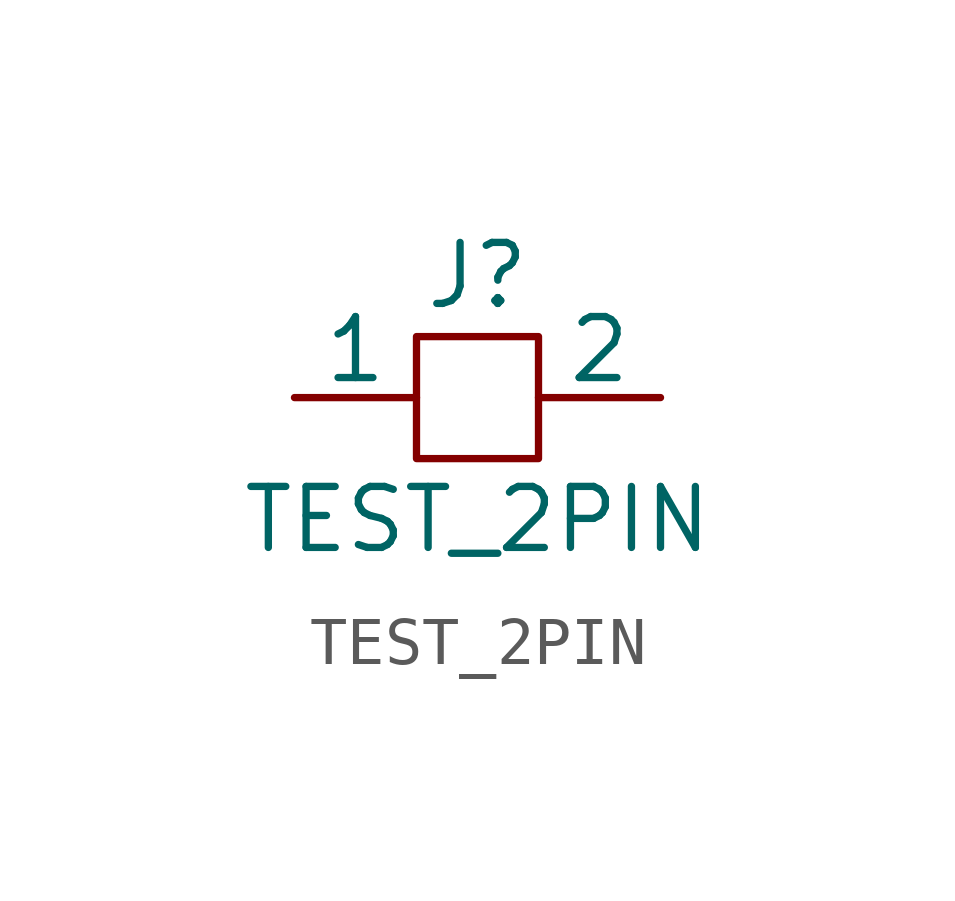
<source format=kicad_sym>
(kicad_symbol_lib
  (version 20231120)
  (generator "kicad_symbol_editor")
  (symbol "TEST_2PIN"
    (pin_numbers hide)
    (pin_names
      (offset 0))
    (property "Reference" "J"
      (at 0 2.54 0)
      (effects (font (size 1.27 1.27))))
    (property "Value" "TEST_2PIN"
      (at 0 -2.54 0)
      (effects (font (size 1.27 1.27))))
    (symbol "TEST_2PIN_0_1"
      (rectangle (start -1.27 1.27) (end 1.27 -1.27) (stroke (width 0) (type default)) (fill (type none))))
    (symbol "TEST_2PIN_1_1"
      (pin passive line (at -3.81 0 0) (length 2.54) (name "1" (effects (font (size 1.27 1.27)))) (number "1" (effects (font (size 1.27 1.27)))))
      (pin passive line (at 3.81 0 180) (length 2.54) (name "2" (effects (font (size 1.27 1.27)))) (number "2" (effects (font (size 1.27 1.27))))))))
</source>
